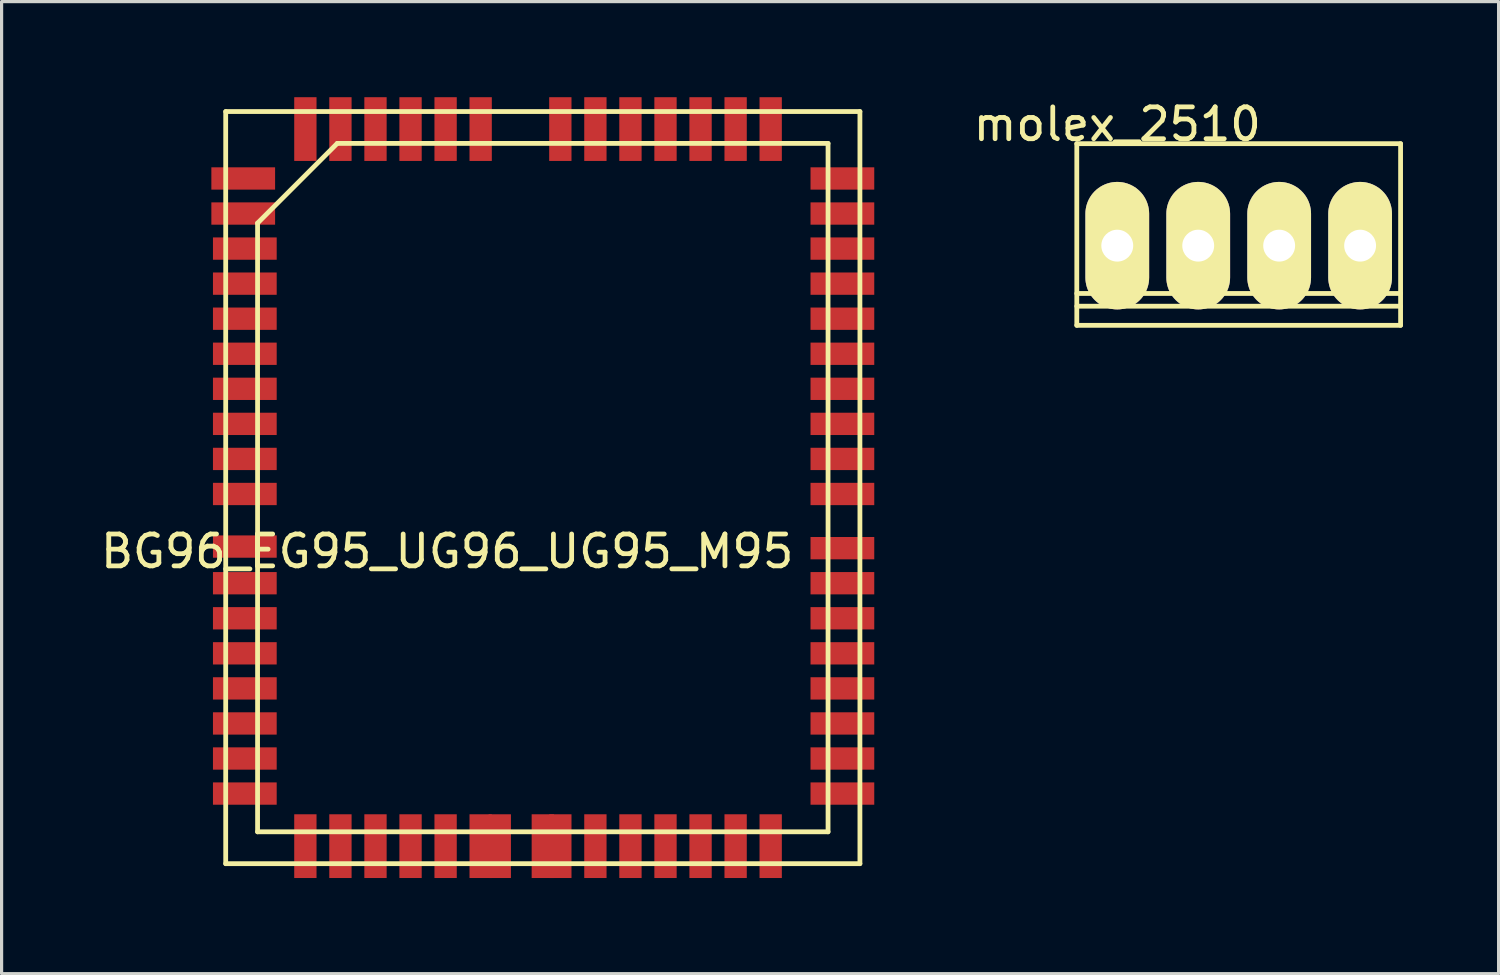
<source format=kicad_pcb>
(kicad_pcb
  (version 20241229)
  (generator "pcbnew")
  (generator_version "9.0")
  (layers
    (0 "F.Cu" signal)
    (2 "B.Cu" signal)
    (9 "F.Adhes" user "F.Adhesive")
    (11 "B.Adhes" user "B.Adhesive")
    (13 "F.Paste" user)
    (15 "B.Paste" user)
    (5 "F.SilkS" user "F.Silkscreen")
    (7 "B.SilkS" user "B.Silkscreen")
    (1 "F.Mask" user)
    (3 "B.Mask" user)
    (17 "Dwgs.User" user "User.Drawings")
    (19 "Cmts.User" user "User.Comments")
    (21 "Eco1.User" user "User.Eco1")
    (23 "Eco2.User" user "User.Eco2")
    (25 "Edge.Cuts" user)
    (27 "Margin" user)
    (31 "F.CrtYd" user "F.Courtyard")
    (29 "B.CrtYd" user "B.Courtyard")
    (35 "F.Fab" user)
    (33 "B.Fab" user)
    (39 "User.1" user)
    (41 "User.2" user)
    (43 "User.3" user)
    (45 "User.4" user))
  (footprint "molex_2510"
    (layer "F.Cu")
    (at 32.007 4.658)
    (property "Reference" "molex_2510" (at 0 -3.81 0) (layer "F.SilkS") (effects (font (size 1 1) (thickness 0.15))))
    (attr through_hole)
    (fp_line (start -1.27 -3.2) (end 8.89 -3.2) (stroke (width 0.15) (type solid)) (layer "F.SilkS"))
    (fp_line (start -1.27 1.5) (end 8.89 1.5) (stroke (width 0.15) (type solid)) (layer "F.SilkS"))
    (fp_line (start -1.27 1.9) (end 8.89 1.9) (stroke (width 0.15) (type solid)) (layer "F.SilkS"))
    (fp_line (start -1.27 2.5) (end -1.27 -3.2) (stroke (width 0.15) (type solid)) (layer "F.SilkS"))
    (fp_line (start -1.27 2.5) (end 8.89 2.5) (stroke (width 0.15) (type solid)) (layer "F.SilkS"))
    (fp_line (start 8.89 2.5) (end 8.89 -3.2) (stroke (width 0.15) (type solid)) (layer "F.SilkS"))
    (pad "1" thru_hole oval (at 0 0) (size 2 4) (drill 1) (layers "*.Cu" "*.Mask" "F.SilkS"))
    (pad "2" thru_hole oval (at 2.54 0) (size 2 4) (drill 1) (layers "*.Cu" "*.Mask" "F.SilkS"))
    (pad "3" thru_hole oval (at 5.08 0) (size 2 4) (drill 1) (layers "*.Cu" "*.Mask" "F.SilkS"))
    (pad "4" thru_hole oval (at 7.62 0) (size 2 4) (drill 1) (layers "*.Cu" "*.Mask" "F.SilkS")))
  (footprint "BG96_EG95_UG96_UG95_M95"
    (layer "F.Cu")
    (at 13.982 12.25)
    (property "Reference" "BG96_EG95_UG96_UG95_M95" (at -3 2 0) (layer "F.SilkS") (effects (font (size 1 1) (thickness 0.15))))
    (attr through_hole)
    (fp_line (start -9.95 -11.8) (end -9.95 11.8) (stroke (width 0.15) (type solid)) (layer "F.SilkS"))
    (fp_line (start -9.95 11.8) (end 9.95 11.8) (stroke (width 0.15) (type solid)) (layer "F.SilkS"))
    (fp_line (start -8.95 10.8) (end -8.95 -8.3) (stroke (width 0.15) (type solid)) (layer "F.SilkS"))
    (fp_line (start -8.95 10.8) (end 8.95 10.8) (stroke (width 0.15) (type solid)) (layer "F.SilkS"))
    (fp_line (start -6.45 -10.8) (end -8.95 -8.3) (stroke (width 0.15) (type solid)) (layer "F.SilkS"))
    (fp_line (start -6.45 -10.8) (end 8.95 -10.8) (stroke (width 0.15) (type solid)) (layer "F.SilkS"))
    (fp_line (start 8.95 10.8) (end 8.95 -10.8) (stroke (width 0.15) (type solid)) (layer "F.SilkS"))
    (fp_line (start 9.95 -11.8) (end -9.95 -11.8) (stroke (width 0.15) (type solid)) (layer "F.SilkS"))
    (fp_line (start 9.95 11.8) (end 9.95 -11.8) (stroke (width 0.15) (type solid)) (layer "F.SilkS"))
    (pad "1" smd rect (at -9.4 -9.7) (size 2 0.7) (layers "F.Cu" "F.Mask" "F.Paste"))
    (pad "2" smd rect (at -9.4 -8.6) (size 2 0.7) (layers "F.Cu" "F.Mask" "F.Paste"))
    (pad "8" smd rect (at -9.35 -2) (size 2 0.7) (layers "F.Cu" "F.Mask" "F.Paste"))
    (pad "9" smd rect (at -9.35 -0.9) (size 2 0.7) (layers "F.Cu" "F.Mask" "F.Paste"))
    (pad "10" smd rect (at -9.35 0.2) (size 2 0.7) (layers "F.Cu" "F.Mask" "F.Paste"))
    (pad "17" smd rect (at -9.35 8.5) (size 2 0.7) (layers "F.Cu" "F.Mask" "F.Paste"))
    (pad "18" smd rect (at -9.35 9.6) (size 2 0.7) (layers "F.Cu" "F.Mask" "F.Paste"))
    (pad "19" smd rect (at -7.45 11.25) (size 0.7 2) (layers "F.Cu" "F.Mask" "F.Paste"))
    (pad "24" smd rect (at -1.95 11.25) (size 0.7 2) (layers "F.Cu" "F.Mask" "F.Paste"))
    (pad "25" smd rect (at 0.55 11.25) (size 0.7 2) (layers "F.Cu" "F.Mask" "F.Paste"))
    (pad "31" smd rect (at 7.15 11.25) (size 0.7 2) (layers "F.Cu" "F.Mask" "F.Paste"))
    (pad "32" smd rect (at 9.4 9.6) (size 2 0.7) (layers "F.Cu" "F.Mask" "F.Paste"))
    (pad "33" smd rect (at 9.4 8.5) (size 2 0.7) (layers "F.Cu" "F.Mask" "F.Paste"))
    (pad "40" smd rect (at 9.4 0.2) (size 2 0.7) (layers "F.Cu" "F.Mask" "F.Paste"))
    (pad "41" smd rect (at 9.4 -0.9) (size 2 0.7) (layers "F.Cu" "F.Mask" "F.Paste"))
    (pad "42" smd rect (at 9.4 -2) (size 2 0.7) (layers "F.Cu" "F.Mask" "F.Paste"))
    (pad "48" smd rect (at 9.4 -8.6) (size 2 0.7) (layers "F.Cu" "F.Mask" "F.Paste"))
    (pad "49" smd rect (at 9.4 -9.7) (size 2 0.7) (layers "F.Cu" "F.Mask" "F.Paste"))
    (pad "50" smd rect (at 7.15 -11.25 90) (size 2 0.7) (layers "F.Cu" "F.Mask" "F.Paste"))
    (pad "56" smd rect (at 0.55 -11.25 90) (size 2 0.7) (layers "F.Cu" "F.Mask" "F.Paste"))
    (pad "57" smd rect (at -1.95 -11.25 90) (size 2 0.7) (layers "F.Cu" "F.Mask" "F.Paste"))
    (pad "62" smd rect (at -7.45 -11.25 90) (size 2 0.7) (layers "F.Cu" "F.Mask" "F.Paste"))
    (pad "AG" smd rect (at -9.35 -7.5) (size 2 0.7) (layers "F.Cu" "F.Mask" "F.Paste"))
    (pad "CTS" smd rect (at 9.4 5.2) (size 2 0.7) (layers "F.Cu" "F.Mask" "F.Paste"))
    (pad "DBI" smd rect (at -4.15 11.25) (size 0.7 2) (layers "F.Cu" "F.Mask" "F.Paste"))
    (pad "DBO" smd rect (at -3.05 11.25) (size 0.7 2) (layers "F.Cu" "F.Mask" "F.Paste"))
    (pad "DCD" smd rect (at 9.4 3) (size 2 0.7) (layers "F.Cu" "F.Mask" "F.Paste"))
    (pad "DTR" smd rect (at 6.05 11.25) (size 0.7 2) (layers "F.Cu" "F.Mask" "F.Paste"))
    (pad "EF" smd rect (at -9.35 7.4) (size 2 0.7) (layers "F.Cu" "F.Mask" "F.Paste"))
    (pad "G" smd rect (at -6.35 -11.25) (size 0.7 2) (layers "F.Cu" "F.Mask" "F.Paste"))
    (pad "G" smd rect (at -4.15 -11.25) (size 0.7 2) (layers "F.Cu" "F.Mask" "F.Paste"))
    (pad "G" smd rect (at -3.05 -11.25) (size 0.7 2) (layers "F.Cu" "F.Mask" "F.Paste"))
    (pad "G" smd rect (at 1.65 -11.25) (size 0.7 2) (layers "F.Cu" "F.Mask" "F.Paste"))
    (pad "G" smd rect (at 2.75 -11.25) (size 0.7 2) (layers "F.Cu" "F.Mask" "F.Paste"))
    (pad "LSN" smd rect (at -9.35 4.1) (size 2 0.7) (layers "F.Cu" "F.Mask" "F.Paste"))
    (pad "LSP" smd rect (at -9.35 5.2) (size 2 0.7) (layers "F.Cu" "F.Mask" "F.Paste"))
    (pad "M1N" smd rect (at -9.35 -3.1) (size 2 0.7) (layers "F.Cu" "F.Mask" "F.Paste"))
    (pad "M1P" smd rect (at -9.35 -4.2) (size 2 0.7) (layers "F.Cu" "F.Mask" "F.Paste"))
    (pad "M2N" smd rect (at -9.35 -5.3) (size 2 0.7) (layers "F.Cu" "F.Mask" "F.Paste"))
    (pad "M2P" smd rect (at -9.35 -6.4) (size 2 0.7) (layers "F.Cu" "F.Mask" "F.Paste"))
    (pad "NL" smd rect (at -5.25 11.25) (size 0.7 2) (layers "F.Cu" "F.Mask" "F.Paste"))
    (pad "PI" smd rect (at 0 11.25) (size 0.7 2) (layers "F.Cu" "F.Mask" "F.Paste"))
    (pad "PK" smd rect (at -9.35 6.3) (size 2 0.7) (layers "F.Cu" "F.Mask" "F.Paste"))
    (pad "PO" smd rect (at -1.35 11.25) (size 0.7 2) (layers "F.Cu" "F.Mask" "F.Paste"))
    (pad "RF" smd rect (at -5.25 -11.25) (size 0.7 2) (layers "F.Cu" "F.Mask" "F.Paste"))
    (pad "RI" smd trapezoid (at 9.4 1.9) (size 2 0.7) (layers "F.Cu" "F.Mask" "F.Paste"))
    (pad "RST" smd rect (at 9.4 4.1) (size 2 0.7) (layers "F.Cu" "F.Mask" "F.Paste"))
    (pad "RXD" smd rect (at 9.4 7.4) (size 2 0.7) (layers "F.Cu" "F.Mask" "F.Paste"))
    (pad "S1C" smd rect (at 9.4 -6.4) (size 2 0.7) (layers "F.Cu" "F.Mask" "F.Paste"))
    (pad "S1D" smd rect (at 9.4 -5.3) (size 2 0.7) (layers "F.Cu" "F.Mask" "F.Paste"))
    (pad "S1N" smd rect (at -9.35 1.85) (size 2 0.7) (layers "F.Cu" "F.Mask" "F.Paste"))
    (pad "S1P" smd rect (at -9.35 3) (size 2 0.7) (layers "F.Cu" "F.Mask" "F.Paste"))
    (pad "S1R" smd rect (at 9.4 -4.2) (size 2 0.7) (layers "F.Cu" "F.Mask" "F.Paste"))
    (pad "S1V" smd rect (at 9.4 -3.1) (size 2 0.7) (layers "F.Cu" "F.Mask" "F.Paste"))
    (pad "S2C" smd rect (at 2.75 11.25) (size 0.7 2) (layers "F.Cu" "F.Mask" "F.Paste"))
    (pad "S2D" smd rect (at 1.65 11.25) (size 0.7 2) (layers "F.Cu" "F.Mask" "F.Paste"))
    (pad "S2V" smd rect (at 3.85 11.25) (size 0.7 2) (layers "F.Cu" "F.Mask" "F.Paste"))
    (pad "SG" smd rect (at 9.4 -7.5) (size 2 0.7) (layers "F.Cu" "F.Mask" "F.Paste"))
    (pad "ST" smd rect (at -6.35 11.25) (size 0.7 2) (layers "F.Cu" "F.Mask" "F.Paste"))
    (pad "TXD" smd rect (at 9.4 6.3) (size 2 0.7) (layers "F.Cu" "F.Mask" "F.Paste"))
    (pad "VB" smd rect (at 3.85 -11.25) (size 0.7 2) (layers "F.Cu" "F.Mask" "F.Paste"))
    (pad "VB" smd rect (at 4.95 -11.25) (size 0.7 2) (layers "F.Cu" "F.Mask" "F.Paste"))
    (pad "VD" smd rect (at 4.95 11.25) (size 0.7 2) (layers "F.Cu" "F.Mask" "F.Paste"))
    (pad "VR" smd rect (at 6.05 -11.25) (size 0.7 2) (layers "F.Cu" "F.Mask" "F.Paste")))
  (gr_rect
    (start -3 -3)
    (end 43.972 27.5)
    (stroke (width 0.1) (type default))
    (fill no)
    (layer "Edge.Cuts")))
</source>
